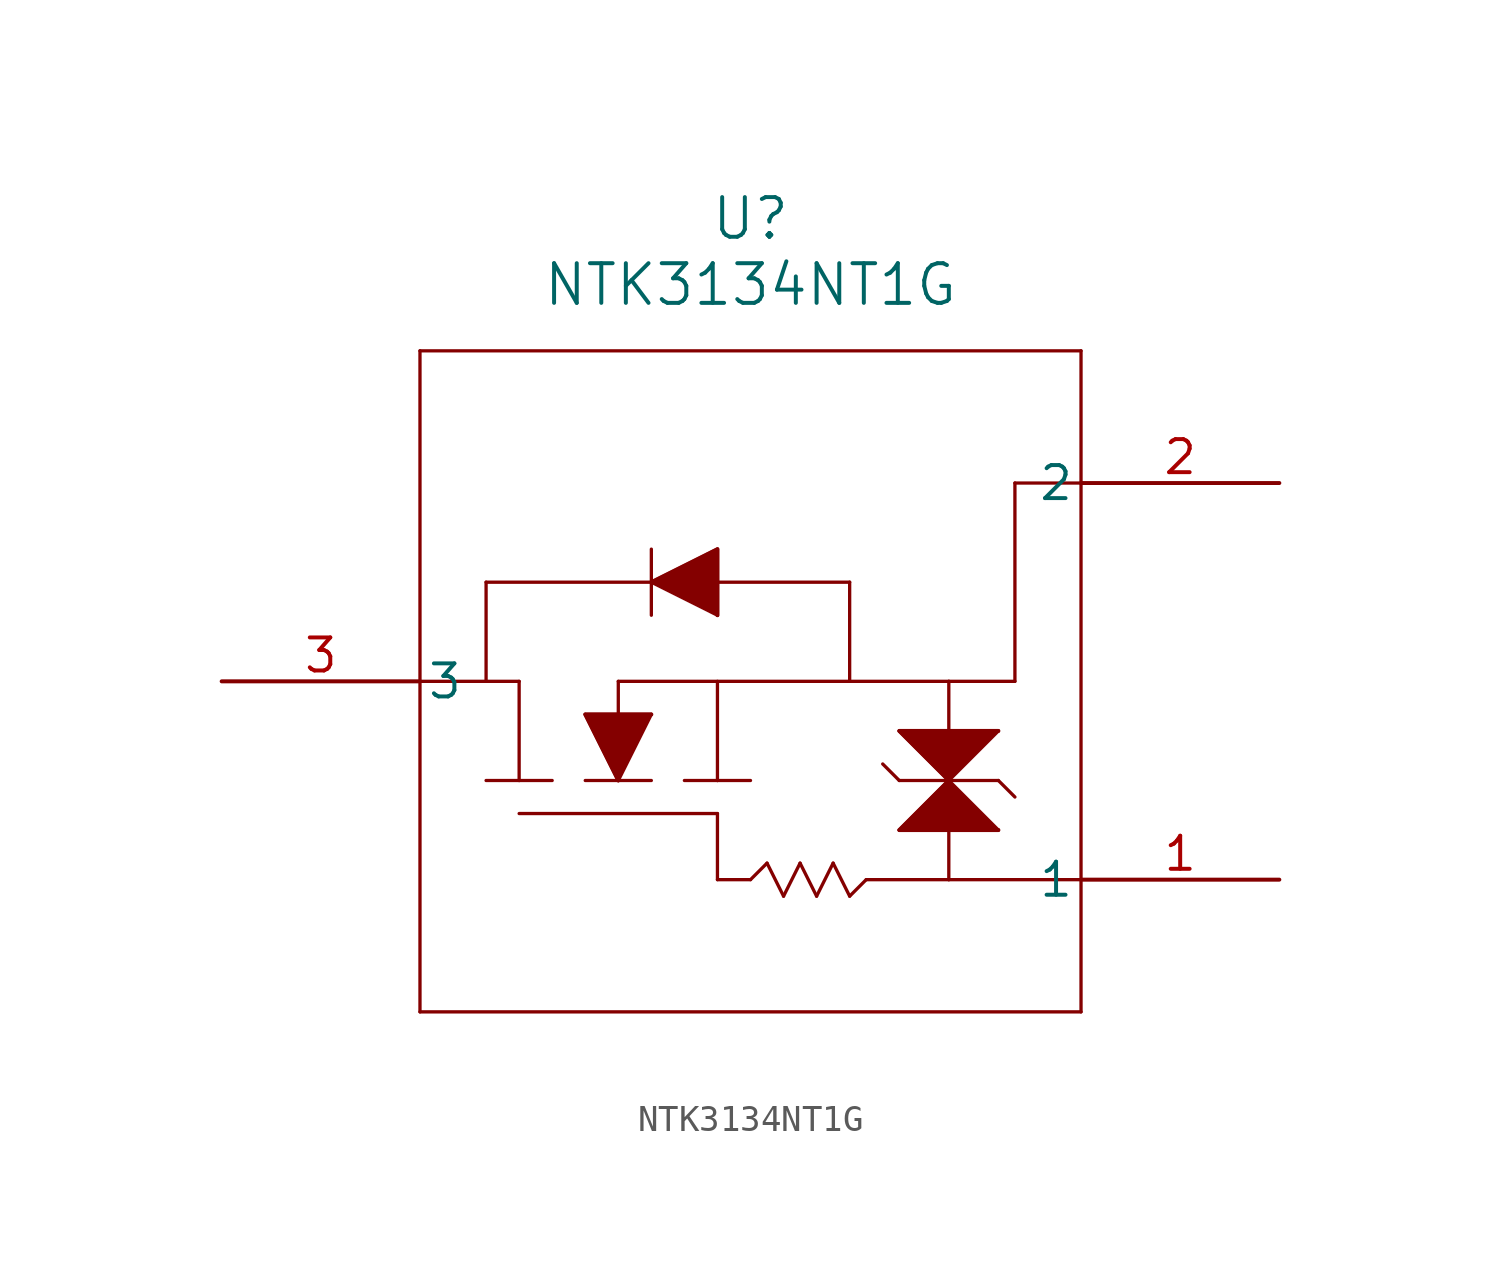
<source format=kicad_sym>
(kicad_symbol_lib
  (version 20211014)
  (generator kicad_symbol_editor)
  (symbol "NTK3134NT1G"
    (pin_names
      (offset 0.254))
    (property "Reference" "U"
      (at 20.32 10.16 0)
      (effects (font (size 1.524 1.524))))
    (property "Value" "NTK3134NT1G"
      (at 20.32 7.62 0)
      (effects (font (size 1.524 1.524))))
    (symbol "NTK3134NT1G_0_1"
      (polyline (pts (xy 7.62 5.08) (xy 7.62 -20.32)) (stroke (width 0.127) (type default) (color 0 0 0 0)) (fill (type none)))
      (polyline (pts (xy 7.62 -20.32) (xy 33.02 -20.32)) (stroke (width 0.127) (type default) (color 0 0 0 0)) (fill (type none)))
      (polyline (pts (xy 33.02 -20.32) (xy 33.02 5.08)) (stroke (width 0.127) (type default) (color 0 0 0 0)) (fill (type none)))
      (polyline (pts (xy 33.02 5.08) (xy 7.62 5.08)) (stroke (width 0.127) (type default) (color 0 0 0 0)) (fill (type none)))
      (polyline (pts (xy 33.02 0) (xy 30.48 0)) (stroke (width 0.127) (type default) (color 0 0 0 0)) (fill (type none)))
      (polyline (pts (xy 30.48 0) (xy 30.48 -7.62)) (stroke (width 0.127) (type default) (color 0 0 0 0)) (fill (type none)))
      (polyline (pts (xy 30.48 -7.62) (xy 27.94 -7.62)) (stroke (width 0.127) (type default) (color 0 0 0 0)) (fill (type none)))
      (polyline (pts (xy 27.94 -7.62) (xy 27.94 -15.24)) (stroke (width 0.127) (type default) (color 0 0 0 0)) (fill (type none)))
      (polyline (pts (xy 27.94 -15.24) (xy 33.02 -15.24)) (stroke (width 0.127) (type default) (color 0 0 0 0)) (fill (type none)))
      (polyline (pts (xy 27.94 -7.62) (xy 15.24 -7.62)) (stroke (width 0.127) (type default) (color 0 0 0 0)) (fill (type none)))
      (polyline (pts (xy 15.24 -7.62) (xy 15.24 -11.43)) (stroke (width 0.127) (type default) (color 0 0 0 0)) (fill (type none)))
      (polyline (pts (xy 7.62 -7.62) (xy 11.43 -7.62)) (stroke (width 0.127) (type default) (color 0 0 0 0)) (fill (type none)))
      (polyline (pts (xy 11.43 -7.62) (xy 11.43 -11.43)) (stroke (width 0.127) (type default) (color 0 0 0 0)) (fill (type none)))
      (polyline (pts (xy 11.43 -11.43) (xy 10.16 -11.43)) (stroke (width 0.127) (type default) (color 0 0 0 0)) (fill (type none)))
      (polyline (pts (xy 11.43 -11.43) (xy 12.7 -11.43)) (stroke (width 0.127) (type default) (color 0 0 0 0)) (fill (type none)))
      (polyline (pts (xy 13.97 -11.43) (xy 16.51 -11.43)) (stroke (width 0.127) (type default) (color 0 0 0 0)) (fill (type none)))
      (polyline (pts (xy 15.24 -11.43) (xy 13.97 -8.89)) (stroke (width 0.127) (type default) (color 0 0 0 0)) (fill (type none)))
      (polyline (pts (xy 13.97 -8.89) (xy 16.51 -8.89)) (stroke (width 0.127) (type default) (color 0 0 0 0)) (fill (type none)))
      (polyline (pts (xy 16.51 -8.89) (xy 15.24 -11.43)) (stroke (width 0.127) (type default) (color 0 0 0 0)) (fill (type none)))
      (polyline (pts (xy 19.05 -7.62) (xy 19.05 -11.43)) (stroke (width 0.127) (type default) (color 0 0 0 0)) (fill (type none)))
      (polyline (pts (xy 19.05 -11.43) (xy 17.78 -11.43)) (stroke (width 0.127) (type default) (color 0 0 0 0)) (fill (type none)))
      (polyline (pts (xy 19.05 -11.43) (xy 20.32 -11.43)) (stroke (width 0.127) (type default) (color 0 0 0 0)) (fill (type none)))
      (polyline (pts (xy 24.13 -7.62) (xy 24.13 -3.81)) (stroke (width 0.127) (type default) (color 0 0 0 0)) (fill (type none)))
      (polyline (pts (xy 24.13 -3.81) (xy 10.16 -3.81)) (stroke (width 0.127) (type default) (color 0 0 0 0)) (fill (type none)))
      (polyline (pts (xy 10.16 -3.81) (xy 10.16 -7.62)) (stroke (width 0.127) (type default) (color 0 0 0 0)) (fill (type none)))
      (polyline (pts (xy 19.05 -5.08) (xy 19.05 -2.54)) (stroke (width 0.127) (type default) (color 0 0 0 0)) (fill (type none)))
      (polyline (pts (xy 19.05 -2.54) (xy 16.51 -3.81)) (stroke (width 0.127) (type default) (color 0 0 0 0)) (fill (type none)))
      (polyline (pts (xy 16.51 -3.81) (xy 19.05 -5.08)) (stroke (width 0.127) (type default) (color 0 0 0 0)) (fill (type none)))
      (polyline (pts (xy 16.51 -5.08) (xy 16.51 -2.54)) (stroke (width 0.127) (type default) (color 0 0 0 0)) (fill (type none)))
      (polyline (pts (xy 11.43 -12.7) (xy 19.05 -12.7)) (stroke (width 0.127) (type default) (color 0 0 0 0)) (fill (type none)))
      (polyline (pts (xy 19.05 -12.7) (xy 19.05 -15.24)) (stroke (width 0.127) (type default) (color 0 0 0 0)) (fill (type none)))
      (polyline (pts (xy 19.05 -15.24) (xy 20.32 -15.24)) (stroke (width 0.127) (type default) (color 0 0 0 0)) (fill (type none)))
      (polyline (pts (xy 20.32 -15.24) (xy 20.955 -14.605)) (stroke (width 0.127) (type default) (color 0 0 0 0)) (fill (type none)))
      (polyline (pts (xy 20.955 -14.605) (xy 21.59 -15.875)) (stroke (width 0.127) (type default) (color 0 0 0 0)) (fill (type none)))
      (polyline (pts (xy 21.59 -15.875) (xy 22.225 -14.605)) (stroke (width 0.127) (type default) (color 0 0 0 0)) (fill (type none)))
      (polyline (pts (xy 22.225 -14.605) (xy 22.86 -15.875)) (stroke (width 0.127) (type default) (color 0 0 0 0)) (fill (type none)))
      (polyline (pts (xy 22.86 -15.875) (xy 23.495 -14.605)) (stroke (width 0.127) (type default) (color 0 0 0 0)) (fill (type none)))
      (polyline (pts (xy 23.495 -14.605) (xy 24.13 -15.875)) (stroke (width 0.127) (type default) (color 0 0 0 0)) (fill (type none)))
      (polyline (pts (xy 24.13 -15.875) (xy 24.765 -15.24)) (stroke (width 0.127) (type default) (color 0 0 0 0)) (fill (type none)))
      (polyline (pts (xy 24.765 -15.24) (xy 27.94 -15.24)) (stroke (width 0.127) (type default) (color 0 0 0 0)) (fill (type none)))
      (polyline (pts (xy 26.67 -13.335) (xy 29.845 -13.335)) (stroke (width 0.127) (type default) (color 0 0 0 0)) (fill (type none)))
      (polyline (pts (xy 26.035 -13.335) (xy 26.67 -13.335)) (stroke (width 0.127) (type default) (color 0 0 0 0)) (fill (type none)))
      (polyline (pts (xy 26.035 -13.335) (xy 27.94 -11.43)) (stroke (width 0.127) (type default) (color 0 0 0 0)) (fill (type none)))
      (polyline (pts (xy 27.94 -11.43) (xy 29.845 -13.335)) (stroke (width 0.127) (type default) (color 0 0 0 0)) (fill (type none)))
      (polyline (pts (xy 27.94 -11.43) (xy 26.035 -9.525)) (stroke (width 0.127) (type default) (color 0 0 0 0)) (fill (type none)))
      (polyline (pts (xy 26.035 -9.525) (xy 29.845 -9.525)) (stroke (width 0.127) (type default) (color 0 0 0 0)) (fill (type none)))
      (polyline (pts (xy 29.845 -9.525) (xy 27.94 -11.43)) (stroke (width 0.127) (type default) (color 0 0 0 0)) (fill (type none)))
      (polyline (pts (xy 26.035 -11.43) (xy 29.845 -11.43)) (stroke (width 0.127) (type default) (color 0 0 0 0)) (fill (type none)))
      (polyline (pts (xy 29.845 -11.43) (xy 30.48 -12.065)) (stroke (width 0.127) (type default) (color 0 0 0 0)) (fill (type none)))
      (polyline (pts (xy 26.035 -11.43) (xy 25.4 -10.795)) (stroke (width 0.127) (type default) (color 0 0 0 0)) (fill (type none)))
      (polyline (pts (xy 29.845 -13.335) (xy 26.035 -13.335) (xy 27.94 -11.43)) (stroke (width 0) (type default) (color 0 0 0 0)) (fill (type outline)))
      (polyline (pts (xy 27.94 -11.43) (xy 26.035 -9.525) (xy 29.845 -9.525)) (stroke (width 0) (type default) (color 0 0 0 0)) (fill (type outline)))
      (polyline (pts (xy 15.24 -11.43) (xy 13.97 -8.89) (xy 16.51 -8.89)) (stroke (width 0) (type default) (color 0 0 0 0)) (fill (type outline)))
      (polyline (pts (xy 16.51 -3.81) (xy 19.05 -2.54) (xy 19.05 -5.08)) (stroke (width 0) (type default) (color 0 0 0 0)) (fill (type outline)))
      (pin unspecified line (at 40.64 -15.24 180) (length 7.62) (name "1" (effects (font (size 1.27 1.27)))) (number "1" (effects (font (size 1.27 1.27)))))
      (pin unspecified line (at 40.64 0 180) (length 7.62) (name "2" (effects (font (size 1.27 1.27)))) (number "2" (effects (font (size 1.27 1.27)))))
      (pin unspecified line (at 0 -7.62 0) (length 7.62) (name "3" (effects (font (size 1.27 1.27)))) (number "3" (effects (font (size 1.27 1.27))))))))
</source>
